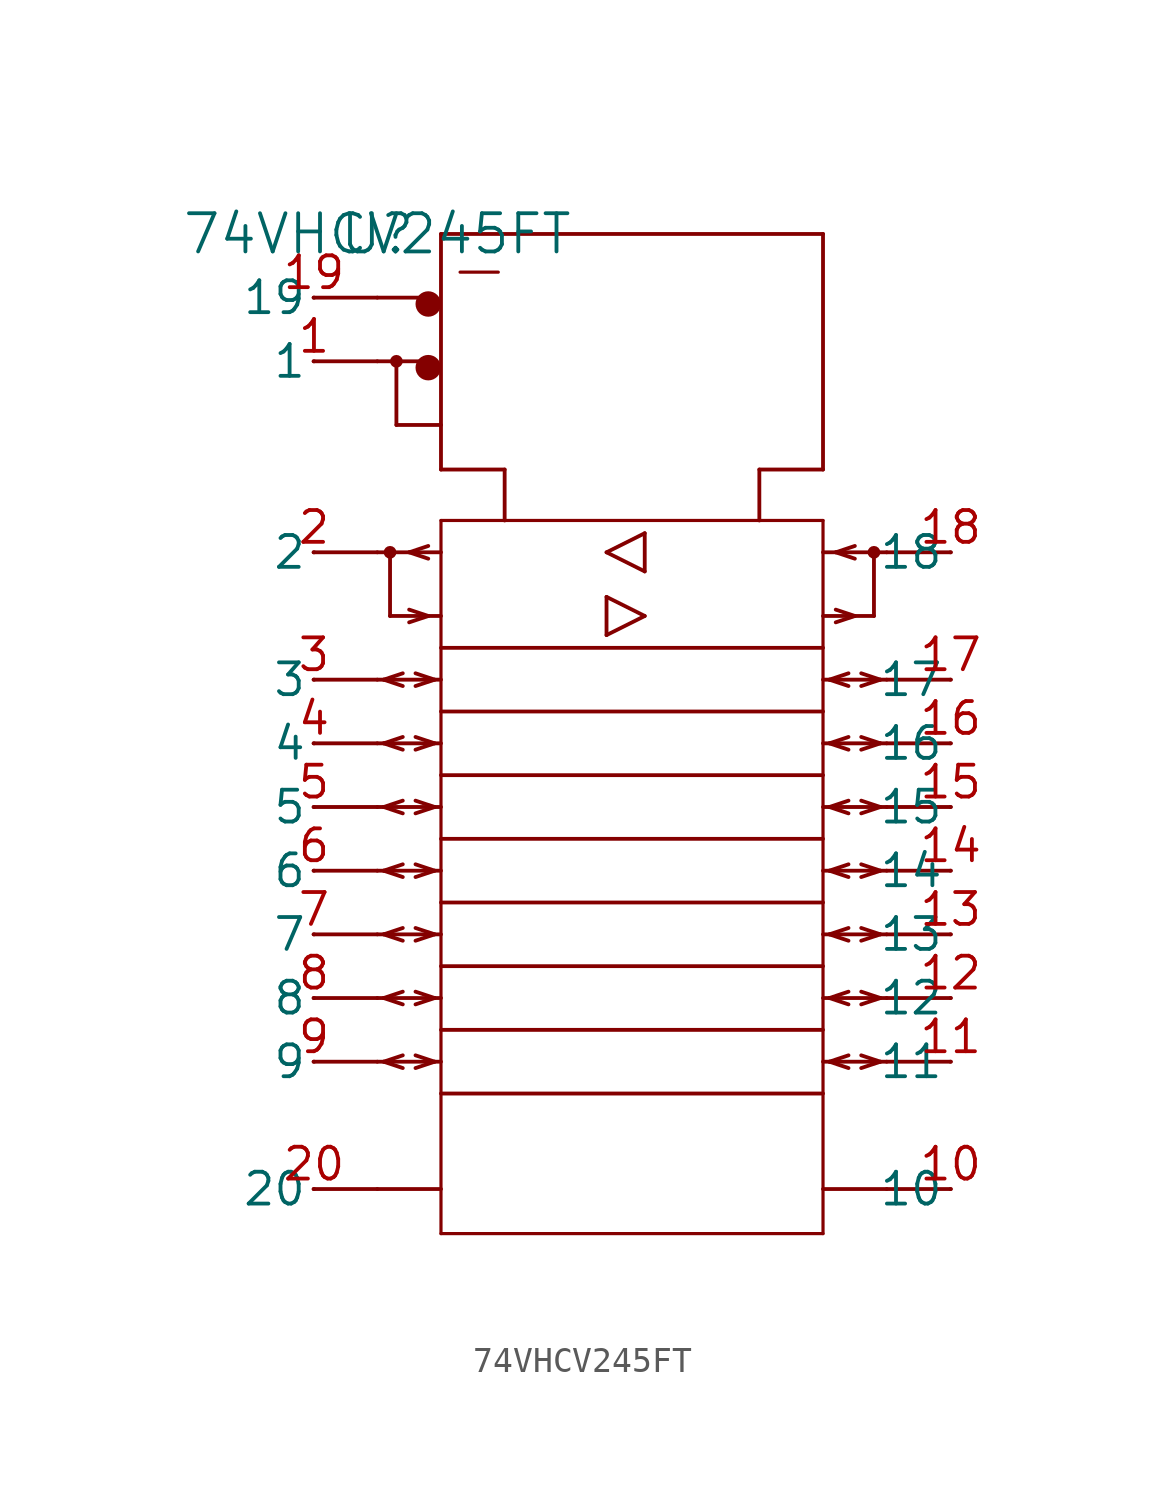
<source format=kicad_sym>
(kicad_symbol_lib
  (version 20211014)
  (generator kicad_symbol_editor)
  (symbol "74VHCV245FT"
    (pin_names
      (offset 0.254))
    (property "Reference" "U"
      (at 0 0 0)
      (effects (font (size 1.524 1.524))))
    (property "Value" "74VHCV245FT"
      (at 0 0 0)
      (effects (font (size 1.524 1.524))))
    (symbol "74VHCV245FT_0_1"
      (circle (center 2.032 -5.334) (radius 0.254) (stroke (width 0.508) (type default) (color 0 0 0 0)) (fill (type none)))
      (polyline (pts (xy -2.54 -17.78) (xy 0 -17.78)) (stroke (width 0) (type default) (color 0 0 0 0)) (fill (type none)))
      (polyline (pts (xy -2.54 -22.86) (xy 0 -22.86)) (stroke (width 0) (type default) (color 0 0 0 0)) (fill (type none)))
      (polyline (pts (xy -2.54 -5.08) (xy 0 -5.08)) (stroke (width 0) (type default) (color 0 0 0 0)) (fill (type none)))
      (polyline (pts (xy -2.54 -12.7) (xy 0 -12.7)) (stroke (width 0) (type default) (color 0 0 0 0)) (fill (type none)))
      (polyline (pts (xy -2.54 -20.32) (xy 0 -20.32)) (stroke (width 0) (type default) (color 0 0 0 0)) (fill (type none)))
      (polyline (pts (xy -2.54 -25.4) (xy 0 -25.4)) (stroke (width 0) (type default) (color 0 0 0 0)) (fill (type none)))
      (polyline (pts (xy -2.54 -27.94) (xy 0 -27.94)) (stroke (width 0) (type default) (color 0 0 0 0)) (fill (type none)))
      (polyline (pts (xy -2.54 -30.48) (xy 0 -30.48)) (stroke (width 0) (type default) (color 0 0 0 0)) (fill (type none)))
      (polyline (pts (xy -2.54 -33.02) (xy 0 -33.02)) (stroke (width 0) (type default) (color 0 0 0 0)) (fill (type none)))
      (polyline (pts (xy 22.86 -38.1) (xy 20.32 -38.1)) (stroke (width 0) (type default) (color 0 0 0 0)) (fill (type none)))
      (polyline (pts (xy 22.86 -33.02) (xy 20.32 -33.02)) (stroke (width 0) (type default) (color 0 0 0 0)) (fill (type none)))
      (polyline (pts (xy 22.86 -30.48) (xy 20.32 -30.48)) (stroke (width 0) (type default) (color 0 0 0 0)) (fill (type none)))
      (polyline (pts (xy 22.86 -27.94) (xy 20.32 -27.94)) (stroke (width 0) (type default) (color 0 0 0 0)) (fill (type none)))
      (polyline (pts (xy -2.54 -2.54) (xy 0 -2.54)) (stroke (width 0) (type default) (color 0 0 0 0)) (fill (type none)))
      (polyline (pts (xy -2.54 -38.1) (xy 0 -38.1)) (stroke (width 0) (type default) (color 0 0 0 0)) (fill (type none)))
      (polyline (pts (xy 22.86 -25.4) (xy 20.32 -25.4)) (stroke (width 0) (type default) (color 0 0 0 0)) (fill (type none)))
      (polyline (pts (xy 22.86 -22.86) (xy 20.32 -22.86)) (stroke (width 0) (type default) (color 0 0 0 0)) (fill (type none)))
      (polyline (pts (xy 22.86 -20.32) (xy 20.32 -20.32)) (stroke (width 0) (type default) (color 0 0 0 0)) (fill (type none)))
      (polyline (pts (xy 22.86 -17.78) (xy 20.32 -17.78)) (stroke (width 0) (type default) (color 0 0 0 0)) (fill (type none)))
      (polyline (pts (xy 22.86 -12.7) (xy 20.32 -12.7)) (stroke (width 0) (type default) (color 0 0 0 0)) (fill (type none)))
      (polyline (pts (xy 2.54 -39.878) (xy 2.54 -11.43)) (stroke (width 0.127) (type default) (color 0 0 0 0)) (fill (type none)))
      (polyline (pts (xy 2.54 -11.43) (xy 17.78 -11.43)) (stroke (width 0.127) (type default) (color 0 0 0 0)) (fill (type none)))
      (polyline (pts (xy 17.78 -11.43) (xy 17.78 -39.878)) (stroke (width 0.127) (type default) (color 0 0 0 0)) (fill (type none)))
      (polyline (pts (xy 17.78 -39.878) (xy 2.54 -39.878)) (stroke (width 0.127) (type default) (color 0 0 0 0)) (fill (type none)))
      (polyline (pts (xy 1.778 -2.54) (xy 0 -2.54)) (stroke (width 0) (type default) (color 0 0 0 0)) (fill (type none)))
      (polyline (pts (xy 1.778 -5.08) (xy 0 -5.08)) (stroke (width 0) (type default) (color 0 0 0 0)) (fill (type none)))
      (polyline (pts (xy 0.762 -5.08) (xy 0.762 -7.62)) (stroke (width 0) (type default) (color 0 0 0 0)) (fill (type none)))
      (polyline (pts (xy 0.762 -7.62) (xy 2.54 -7.62)) (stroke (width 0) (type default) (color 0 0 0 0)) (fill (type none)))
      (polyline (pts (xy 2.54 -12.7) (xy 0 -12.7)) (stroke (width 0) (type default) (color 0 0 0 0)) (fill (type none)))
      (polyline (pts (xy 0.508 -15.24) (xy 2.54 -15.24)) (stroke (width 0) (type default) (color 0 0 0 0)) (fill (type none)))
      (polyline (pts (xy 20.32 -12.7) (xy 17.78 -12.7)) (stroke (width 0) (type default) (color 0 0 0 0)) (fill (type none)))
      (polyline (pts (xy 1.27 -12.7) (xy 2.032 -12.446)) (stroke (width 0) (type default) (color 0 0 0 0)) (fill (type none)))
      (polyline (pts (xy 1.27 -12.7) (xy 2.032 -12.954)) (stroke (width 0) (type default) (color 0 0 0 0)) (fill (type none)))
      (polyline (pts (xy 17.78 -15.24) (xy 19.812 -15.24)) (stroke (width 0) (type default) (color 0 0 0 0)) (fill (type none)))
      (polyline (pts (xy 18.288 -12.7) (xy 19.05 -12.954)) (stroke (width 0) (type default) (color 0 0 0 0)) (fill (type none)))
      (polyline (pts (xy 18.288 -12.7) (xy 19.05 -12.446)) (stroke (width 0) (type default) (color 0 0 0 0)) (fill (type none)))
      (polyline (pts (xy 0.508 -12.7) (xy 0.508 -15.24)) (stroke (width 0) (type default) (color 0 0 0 0)) (fill (type none)))
      (polyline (pts (xy 2.54 -17.78) (xy 0 -17.78)) (stroke (width 0) (type default) (color 0 0 0 0)) (fill (type none)))
      (polyline (pts (xy 1.27 -14.986) (xy 2.032 -15.24)) (stroke (width 0) (type default) (color 0 0 0 0)) (fill (type none)))
      (polyline (pts (xy 1.27 -15.494) (xy 2.032 -15.24)) (stroke (width 0) (type default) (color 0 0 0 0)) (fill (type none)))
      (polyline (pts (xy 18.288 -15.494) (xy 19.05 -15.24)) (stroke (width 0) (type default) (color 0 0 0 0)) (fill (type none)))
      (polyline (pts (xy 18.288 -14.986) (xy 19.05 -15.24)) (stroke (width 0) (type default) (color 0 0 0 0)) (fill (type none)))
      (polyline (pts (xy 0.254 -17.78) (xy 1.016 -18.034)) (stroke (width 0) (type default) (color 0 0 0 0)) (fill (type none)))
      (polyline (pts (xy 0.254 -17.78) (xy 1.016 -17.526)) (stroke (width 0) (type default) (color 0 0 0 0)) (fill (type none)))
      (polyline (pts (xy 1.524 -18.034) (xy 2.286 -17.78)) (stroke (width 0) (type default) (color 0 0 0 0)) (fill (type none)))
      (polyline (pts (xy 1.524 -17.526) (xy 2.286 -17.78)) (stroke (width 0) (type default) (color 0 0 0 0)) (fill (type none)))
      (polyline (pts (xy 19.812 -12.7) (xy 19.812 -15.24)) (stroke (width 0) (type default) (color 0 0 0 0)) (fill (type none)))
      (polyline (pts (xy 10.668 -11.938) (xy 10.668 -13.462)) (stroke (width 0) (type default) (color 0 0 0 0)) (fill (type none)))
      (polyline (pts (xy 10.668 -11.938) (xy 9.144 -12.7)) (stroke (width 0) (type default) (color 0 0 0 0)) (fill (type none)))
      (polyline (pts (xy 9.144 -12.7) (xy 10.668 -13.462)) (stroke (width 0) (type default) (color 0 0 0 0)) (fill (type none)))
      (polyline (pts (xy 9.144 -16.002) (xy 10.668 -15.24)) (stroke (width 0) (type default) (color 0 0 0 0)) (fill (type none)))
      (polyline (pts (xy 10.668 -15.24) (xy 9.144 -14.478)) (stroke (width 0) (type default) (color 0 0 0 0)) (fill (type none)))
      (polyline (pts (xy 9.144 -16.002) (xy 9.144 -14.478)) (stroke (width 0) (type default) (color 0 0 0 0)) (fill (type none)))
      (polyline (pts (xy 2.54 -16.51) (xy 17.78 -16.51)) (stroke (width 0) (type default) (color 0 0 0 0)) (fill (type none)))
      (polyline (pts (xy 2.54 -19.05) (xy 17.78 -19.05)) (stroke (width 0) (type default) (color 0 0 0 0)) (fill (type none)))
      (polyline (pts (xy 2.54 -21.59) (xy 17.78 -21.59)) (stroke (width 0) (type default) (color 0 0 0 0)) (fill (type none)))
      (polyline (pts (xy 5.08 -9.398) (xy 5.08 -11.43)) (stroke (width 0) (type default) (color 0 0 0 0)) (fill (type none)))
      (polyline (pts (xy 5.08 -9.398) (xy 2.54 -9.398)) (stroke (width 0) (type default) (color 0 0 0 0)) (fill (type none)))
      (polyline (pts (xy 2.54 -9.398) (xy 2.54 0)) (stroke (width 0) (type default) (color 0 0 0 0)) (fill (type none)))
      (polyline (pts (xy 2.54 0) (xy 17.78 0)) (stroke (width 0) (type default) (color 0 0 0 0)) (fill (type none)))
      (polyline (pts (xy 17.78 0) (xy 17.78 -9.398)) (stroke (width 0) (type default) (color 0 0 0 0)) (fill (type none)))
      (polyline (pts (xy 17.78 -9.398) (xy 15.24 -9.398)) (stroke (width 0) (type default) (color 0 0 0 0)) (fill (type none)))
      (polyline (pts (xy 15.24 -9.398) (xy 15.24 -11.43)) (stroke (width 0) (type default) (color 0 0 0 0)) (fill (type none)))
      (polyline (pts (xy 2.54 -24.13) (xy 17.78 -24.13)) (stroke (width 0) (type default) (color 0 0 0 0)) (fill (type none)))
      (polyline (pts (xy 2.54 -26.67) (xy 17.78 -26.67)) (stroke (width 0) (type default) (color 0 0 0 0)) (fill (type none)))
      (polyline (pts (xy 2.54 -29.21) (xy 17.78 -29.21)) (stroke (width 0) (type default) (color 0 0 0 0)) (fill (type none)))
      (polyline (pts (xy 2.54 -31.75) (xy 17.78 -31.75)) (stroke (width 0) (type default) (color 0 0 0 0)) (fill (type none)))
      (polyline (pts (xy 2.54 -34.29) (xy 17.78 -34.29)) (stroke (width 0) (type default) (color 0 0 0 0)) (fill (type none)))
      (polyline (pts (xy 0.254 -20.32) (xy 1.016 -20.574)) (stroke (width 0) (type default) (color 0 0 0 0)) (fill (type none)))
      (polyline (pts (xy 0.254 -20.32) (xy 1.016 -20.066)) (stroke (width 0) (type default) (color 0 0 0 0)) (fill (type none)))
      (polyline (pts (xy 2.54 -20.32) (xy 0 -20.32)) (stroke (width 0) (type default) (color 0 0 0 0)) (fill (type none)))
      (polyline (pts (xy 1.524 -20.574) (xy 2.286 -20.32)) (stroke (width 0) (type default) (color 0 0 0 0)) (fill (type none)))
      (polyline (pts (xy 1.524 -20.066) (xy 2.286 -20.32)) (stroke (width 0) (type default) (color 0 0 0 0)) (fill (type none)))
      (polyline (pts (xy 0.254 -22.86) (xy 1.016 -23.114)) (stroke (width 0) (type default) (color 0 0 0 0)) (fill (type none)))
      (polyline (pts (xy 0.254 -22.86) (xy 1.016 -22.606)) (stroke (width 0) (type default) (color 0 0 0 0)) (fill (type none)))
      (polyline (pts (xy 1.524 -22.606) (xy 2.286 -22.86)) (stroke (width 0) (type default) (color 0 0 0 0)) (fill (type none)))
      (polyline (pts (xy 2.54 -22.86) (xy 0 -22.86)) (stroke (width 0) (type default) (color 0 0 0 0)) (fill (type none)))
      (polyline (pts (xy 1.524 -23.114) (xy 2.286 -22.86)) (stroke (width 0) (type default) (color 0 0 0 0)) (fill (type none)))
      (polyline (pts (xy 0.254 -25.4) (xy 1.016 -25.654)) (stroke (width 0) (type default) (color 0 0 0 0)) (fill (type none)))
      (polyline (pts (xy 0.254 -25.4) (xy 1.016 -25.146)) (stroke (width 0) (type default) (color 0 0 0 0)) (fill (type none)))
      (polyline (pts (xy 1.524 -25.146) (xy 2.286 -25.4)) (stroke (width 0) (type default) (color 0 0 0 0)) (fill (type none)))
      (polyline (pts (xy 2.54 -25.4) (xy 0 -25.4)) (stroke (width 0) (type default) (color 0 0 0 0)) (fill (type none)))
      (polyline (pts (xy 1.524 -25.654) (xy 2.286 -25.4)) (stroke (width 0) (type default) (color 0 0 0 0)) (fill (type none)))
      (polyline (pts (xy 0.254 -27.94) (xy 1.016 -28.194)) (stroke (width 0) (type default) (color 0 0 0 0)) (fill (type none)))
      (polyline (pts (xy 0.254 -27.94) (xy 1.016 -27.686)) (stroke (width 0) (type default) (color 0 0 0 0)) (fill (type none)))
      (polyline (pts (xy 1.524 -27.686) (xy 2.286 -27.94)) (stroke (width 0) (type default) (color 0 0 0 0)) (fill (type none)))
      (polyline (pts (xy 2.54 -27.94) (xy 0 -27.94)) (stroke (width 0) (type default) (color 0 0 0 0)) (fill (type none)))
      (polyline (pts (xy 1.524 -28.194) (xy 2.286 -27.94)) (stroke (width 0) (type default) (color 0 0 0 0)) (fill (type none)))
      (polyline (pts (xy 0.254 -30.48) (xy 1.016 -30.734)) (stroke (width 0) (type default) (color 0 0 0 0)) (fill (type none)))
      (polyline (pts (xy 0.254 -30.48) (xy 1.016 -30.226)) (stroke (width 0) (type default) (color 0 0 0 0)) (fill (type none)))
      (polyline (pts (xy 1.524 -30.226) (xy 2.286 -30.48)) (stroke (width 0) (type default) (color 0 0 0 0)) (fill (type none)))
      (polyline (pts (xy 2.54 -30.48) (xy 0 -30.48)) (stroke (width 0) (type default) (color 0 0 0 0)) (fill (type none)))
      (polyline (pts (xy 1.524 -30.734) (xy 2.286 -30.48)) (stroke (width 0) (type default) (color 0 0 0 0)) (fill (type none)))
      (polyline (pts (xy 0.254 -33.02) (xy 1.016 -33.274)) (stroke (width 0) (type default) (color 0 0 0 0)) (fill (type none)))
      (polyline (pts (xy 0.254 -33.02) (xy 1.016 -32.766)) (stroke (width 0) (type default) (color 0 0 0 0)) (fill (type none)))
      (polyline (pts (xy 1.524 -32.766) (xy 2.286 -33.02)) (stroke (width 0) (type default) (color 0 0 0 0)) (fill (type none)))
      (polyline (pts (xy 2.54 -33.02) (xy 0 -33.02)) (stroke (width 0) (type default) (color 0 0 0 0)) (fill (type none)))
      (polyline (pts (xy 1.524 -33.274) (xy 2.286 -33.02)) (stroke (width 0) (type default) (color 0 0 0 0)) (fill (type none)))
      (polyline (pts (xy 18.034 -27.94) (xy 18.796 -28.194)) (stroke (width 0) (type default) (color 0 0 0 0)) (fill (type none)))
      (polyline (pts (xy 18.034 -27.94) (xy 18.796 -27.686)) (stroke (width 0) (type default) (color 0 0 0 0)) (fill (type none)))
      (polyline (pts (xy 19.304 -27.686) (xy 20.066 -27.94)) (stroke (width 0) (type default) (color 0 0 0 0)) (fill (type none)))
      (polyline (pts (xy 20.32 -27.94) (xy 17.78 -27.94)) (stroke (width 0) (type default) (color 0 0 0 0)) (fill (type none)))
      (polyline (pts (xy 19.304 -28.194) (xy 20.066 -27.94)) (stroke (width 0) (type default) (color 0 0 0 0)) (fill (type none)))
      (polyline (pts (xy 18.034 -22.86) (xy 18.796 -23.114)) (stroke (width 0) (type default) (color 0 0 0 0)) (fill (type none)))
      (polyline (pts (xy 18.034 -22.86) (xy 18.796 -22.606)) (stroke (width 0) (type default) (color 0 0 0 0)) (fill (type none)))
      (polyline (pts (xy 19.304 -22.606) (xy 20.066 -22.86)) (stroke (width 0) (type default) (color 0 0 0 0)) (fill (type none)))
      (polyline (pts (xy 20.32 -22.86) (xy 17.78 -22.86)) (stroke (width 0) (type default) (color 0 0 0 0)) (fill (type none)))
      (polyline (pts (xy 19.304 -23.114) (xy 20.066 -22.86)) (stroke (width 0) (type default) (color 0 0 0 0)) (fill (type none)))
      (polyline (pts (xy 18.034 -25.4) (xy 18.796 -25.654)) (stroke (width 0) (type default) (color 0 0 0 0)) (fill (type none)))
      (polyline (pts (xy 18.034 -25.4) (xy 18.796 -25.146)) (stroke (width 0) (type default) (color 0 0 0 0)) (fill (type none)))
      (polyline (pts (xy 19.304 -25.146) (xy 20.066 -25.4)) (stroke (width 0) (type default) (color 0 0 0 0)) (fill (type none)))
      (polyline (pts (xy 20.32 -25.4) (xy 17.78 -25.4)) (stroke (width 0) (type default) (color 0 0 0 0)) (fill (type none)))
      (polyline (pts (xy 19.304 -25.654) (xy 20.066 -25.4)) (stroke (width 0) (type default) (color 0 0 0 0)) (fill (type none)))
      (polyline (pts (xy 18.034 -30.48) (xy 18.796 -30.734)) (stroke (width 0) (type default) (color 0 0 0 0)) (fill (type none)))
      (polyline (pts (xy 18.034 -30.48) (xy 18.796 -30.226)) (stroke (width 0) (type default) (color 0 0 0 0)) (fill (type none)))
      (polyline (pts (xy 19.304 -30.226) (xy 20.066 -30.48)) (stroke (width 0) (type default) (color 0 0 0 0)) (fill (type none)))
      (polyline (pts (xy 20.32 -30.48) (xy 17.78 -30.48)) (stroke (width 0) (type default) (color 0 0 0 0)) (fill (type none)))
      (polyline (pts (xy 19.304 -30.734) (xy 20.066 -30.48)) (stroke (width 0) (type default) (color 0 0 0 0)) (fill (type none)))
      (polyline (pts (xy 18.034 -33.02) (xy 18.796 -33.274)) (stroke (width 0) (type default) (color 0 0 0 0)) (fill (type none)))
      (polyline (pts (xy 18.034 -33.02) (xy 18.796 -32.766)) (stroke (width 0) (type default) (color 0 0 0 0)) (fill (type none)))
      (polyline (pts (xy 19.304 -32.766) (xy 20.066 -33.02)) (stroke (width 0) (type default) (color 0 0 0 0)) (fill (type none)))
      (polyline (pts (xy 20.32 -33.02) (xy 17.78 -33.02)) (stroke (width 0) (type default) (color 0 0 0 0)) (fill (type none)))
      (polyline (pts (xy 19.304 -33.274) (xy 20.066 -33.02)) (stroke (width 0) (type default) (color 0 0 0 0)) (fill (type none)))
      (polyline (pts (xy 18.034 -17.78) (xy 18.796 -18.034)) (stroke (width 0) (type default) (color 0 0 0 0)) (fill (type none)))
      (polyline (pts (xy 18.034 -17.78) (xy 18.796 -17.526)) (stroke (width 0) (type default) (color 0 0 0 0)) (fill (type none)))
      (polyline (pts (xy 19.304 -17.526) (xy 20.066 -17.78)) (stroke (width 0) (type default) (color 0 0 0 0)) (fill (type none)))
      (polyline (pts (xy 20.32 -17.78) (xy 17.78 -17.78)) (stroke (width 0) (type default) (color 0 0 0 0)) (fill (type none)))
      (polyline (pts (xy 19.304 -18.034) (xy 20.066 -17.78)) (stroke (width 0) (type default) (color 0 0 0 0)) (fill (type none)))
      (polyline (pts (xy 18.034 -20.32) (xy 18.796 -20.574)) (stroke (width 0) (type default) (color 0 0 0 0)) (fill (type none)))
      (polyline (pts (xy 18.034 -20.32) (xy 18.796 -20.066)) (stroke (width 0) (type default) (color 0 0 0 0)) (fill (type none)))
      (polyline (pts (xy 19.304 -20.066) (xy 20.066 -20.32)) (stroke (width 0) (type default) (color 0 0 0 0)) (fill (type none)))
      (polyline (pts (xy 20.32 -20.32) (xy 17.78 -20.32)) (stroke (width 0) (type default) (color 0 0 0 0)) (fill (type none)))
      (polyline (pts (xy 19.304 -20.574) (xy 20.066 -20.32)) (stroke (width 0) (type default) (color 0 0 0 0)) (fill (type none)))
      (polyline (pts (xy 0 -38.1) (xy 2.54 -38.1)) (stroke (width 0) (type default) (color 0 0 0 0)) (fill (type none)))
      (polyline (pts (xy 17.78 -38.1) (xy 20.32 -38.1)) (stroke (width 0) (type default) (color 0 0 0 0)) (fill (type none)))
      (polyline (pts (xy 3.302 -1.524) (xy 4.826 -1.524)) (stroke (width 0.127) (type default) (color 0 0 0 0)) (fill (type none)))
      (circle (center 0.762 -5.08) (radius 0.127) (stroke (width 0.254) (type default) (color 0 0 0 0)) (fill (type none)))
      (circle (center 0.508 -12.7) (radius 0.127) (stroke (width 0.254) (type default) (color 0 0 0 0)) (fill (type none)))
      (circle (center 19.812 -12.7) (radius 0.127) (stroke (width 0.254) (type default) (color 0 0 0 0)) (fill (type none)))
      (circle (center 2.032 -2.794) (radius 0.254) (stroke (width 0.508) (type default) (color 0 0 0 0)) (fill (type none)))
      (pin unspecified line (at -2.515 -5.08 180) (length 0.025) (name "1" (effects (font (size 1.27 1.27)))) (number "1" (effects (font (size 1.27 1.27)))))
      (pin unspecified line (at -2.515 -12.7 180) (length 0.025) (name "2" (effects (font (size 1.27 1.27)))) (number "2" (effects (font (size 1.27 1.27)))))
      (pin unspecified line (at -2.515 -17.78 180) (length 0.025) (name "3" (effects (font (size 1.27 1.27)))) (number "3" (effects (font (size 1.27 1.27)))))
      (pin unspecified line (at -2.515 -20.32 180) (length 0.025) (name "4" (effects (font (size 1.27 1.27)))) (number "4" (effects (font (size 1.27 1.27)))))
      (pin unspecified line (at -2.515 -22.86 180) (length 0.025) (name "5" (effects (font (size 1.27 1.27)))) (number "5" (effects (font (size 1.27 1.27)))))
      (pin unspecified line (at -2.515 -25.4 180) (length 0.025) (name "6" (effects (font (size 1.27 1.27)))) (number "6" (effects (font (size 1.27 1.27)))))
      (pin unspecified line (at -2.515 -27.94 180) (length 0.025) (name "7" (effects (font (size 1.27 1.27)))) (number "7" (effects (font (size 1.27 1.27)))))
      (pin unspecified line (at -2.515 -30.48 180) (length 0.025) (name "8" (effects (font (size 1.27 1.27)))) (number "8" (effects (font (size 1.27 1.27)))))
      (pin unspecified line (at -2.515 -33.02 180) (length 0.025) (name "9" (effects (font (size 1.27 1.27)))) (number "9" (effects (font (size 1.27 1.27)))))
      (pin unspecified line (at 22.885 -38.1 180) (length 0.025) (name "10" (effects (font (size 1.27 1.27)))) (number "10" (effects (font (size 1.27 1.27)))))
      (pin unspecified line (at 22.885 -33.02 180) (length 0.025) (name "11" (effects (font (size 1.27 1.27)))) (number "11" (effects (font (size 1.27 1.27)))))
      (pin unspecified line (at 22.885 -30.48 180) (length 0.025) (name "12" (effects (font (size 1.27 1.27)))) (number "12" (effects (font (size 1.27 1.27)))))
      (pin unspecified line (at 22.885 -27.94 180) (length 0.025) (name "13" (effects (font (size 1.27 1.27)))) (number "13" (effects (font (size 1.27 1.27)))))
      (pin unspecified line (at 22.885 -25.4 180) (length 0.025) (name "14" (effects (font (size 1.27 1.27)))) (number "14" (effects (font (size 1.27 1.27)))))
      (pin unspecified line (at 22.885 -22.86 180) (length 0.025) (name "15" (effects (font (size 1.27 1.27)))) (number "15" (effects (font (size 1.27 1.27)))))
      (pin unspecified line (at 22.885 -20.32 180) (length 0.025) (name "16" (effects (font (size 1.27 1.27)))) (number "16" (effects (font (size 1.27 1.27)))))
      (pin unspecified line (at 22.885 -17.78 180) (length 0.025) (name "17" (effects (font (size 1.27 1.27)))) (number "17" (effects (font (size 1.27 1.27)))))
      (pin unspecified line (at 22.885 -12.7 180) (length 0.025) (name "18" (effects (font (size 1.27 1.27)))) (number "18" (effects (font (size 1.27 1.27)))))
      (pin unspecified line (at -2.515 -2.54 180) (length 0.025) (name "19" (effects (font (size 1.27 1.27)))) (number "19" (effects (font (size 1.27 1.27)))))
      (pin unspecified line (at -2.515 -38.1 180) (length 0.025) (name "20" (effects (font (size 1.27 1.27)))) (number "20" (effects (font (size 1.27 1.27))))))))
</source>
